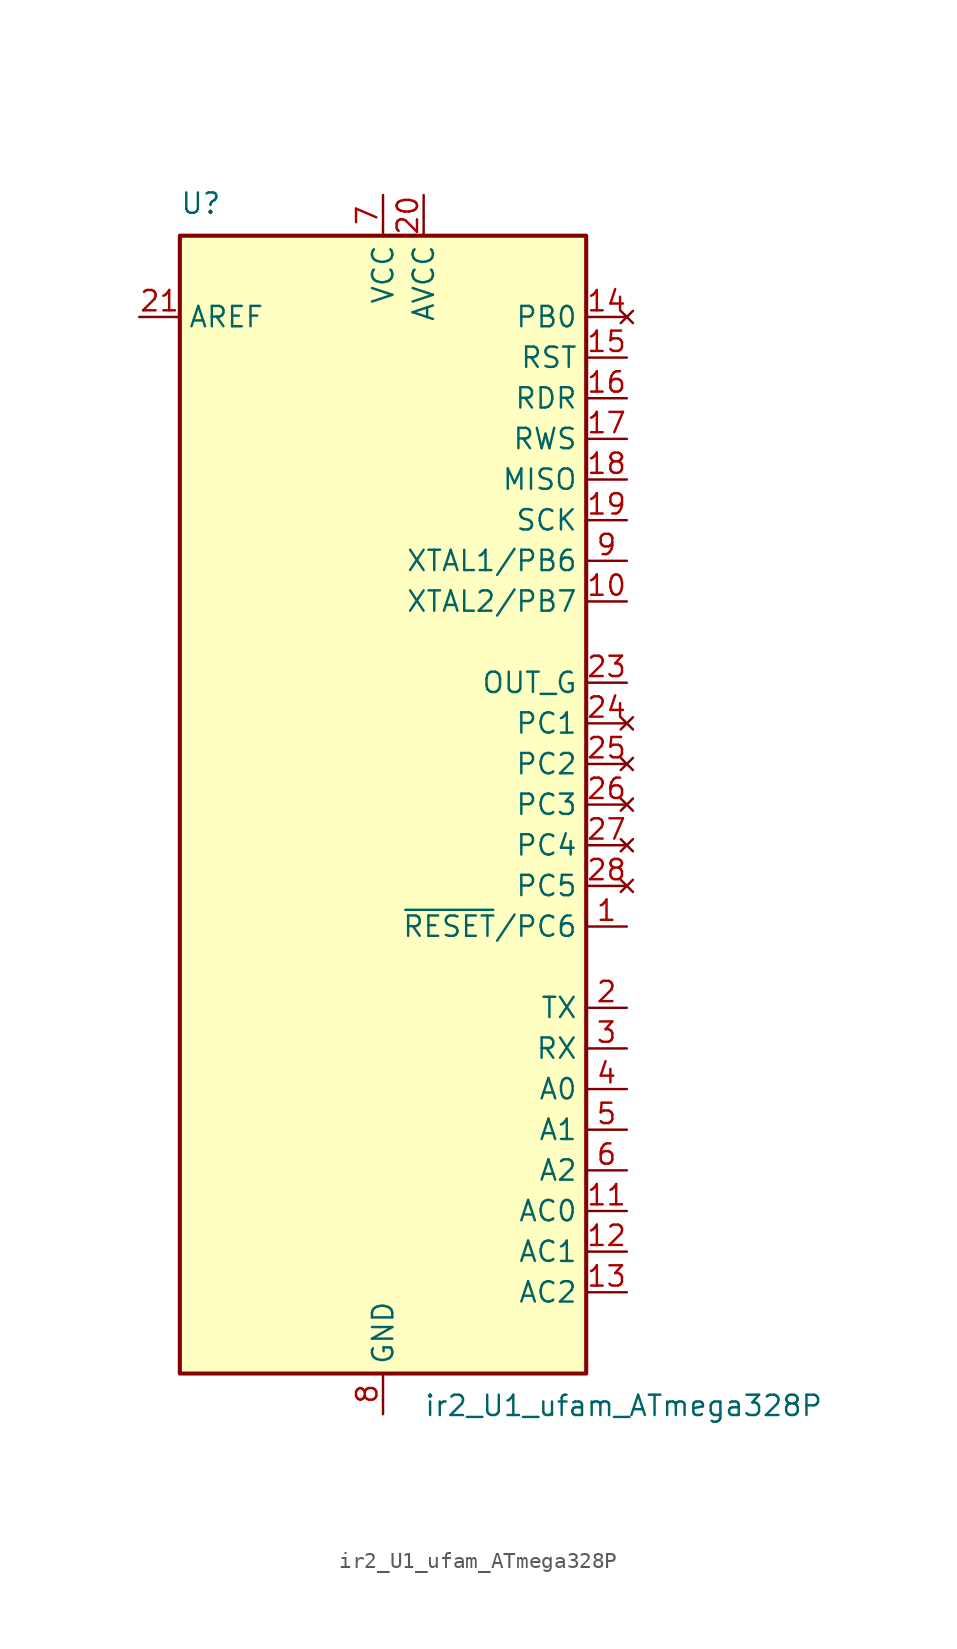
<source format=kicad_sym>
(kicad_symbol_lib
  (version 20241209)
  (generator "kicad_symbol_editor")
  (generator_version "9.0")
  (symbol "ir2_U1_ufam_ATmega328P"
    (property "Reference" "U"
      (at -12.7 36.83 0)
      (effects (font (size 1.27 1.27)) (justify left bottom)))
    (property "Value" "ir2_U1_ufam_ATmega328P"
      (at 2.54 -36.83 0)
      (effects (font (size 1.27 1.27)) (justify left top)))
    (symbol "ir2_U1_ufam_ATmega328P_0_1"
      (rectangle (start -12.7 -35.56) (end 12.7 35.56) (stroke (width 0.254) (type default)) (fill (type background))))
    (symbol "ir2_U1_ufam_ATmega328P_1_1"
      (pin passive line (at -15.24 30.48 0) (length 2.54) (name "AREF" (effects (font (size 1.27 1.27)))) (number "21" (effects (font (size 1.27 1.27)))))
      (pin power_in line (at 0 38.1 270) (length 2.54) (name "VCC" (effects (font (size 1.27 1.27)))) (number "7" (effects (font (size 1.27 1.27)))))
      (pin passive line (at 0 -38.1 90) (length 2.54) (hide yes) (name "GND" (effects (font (size 1.27 1.27)))) (number "22" (effects (font (size 1.27 1.27)))))
      (pin power_in line (at 0 -38.1 90) (length 2.54) (name "GND" (effects (font (size 1.27 1.27)))) (number "8" (effects (font (size 1.27 1.27)))))
      (pin power_in line (at 2.54 38.1 270) (length 2.54) (name "AVCC" (effects (font (size 1.27 1.27)))) (number "20" (effects (font (size 1.27 1.27)))))
      (pin no_connect line (at 15.24 30.48 180) (length 2.54) (name "PB0" (effects (font (size 1.27 1.27)))) (number "14" (effects (font (size 1.27 1.27)))))
      (pin output line (at 15.24 27.94 180) (length 2.54) (name "RST" (effects (font (size 1.27 1.27)))) (number "15" (effects (font (size 1.27 1.27)))))
      (pin output line (at 15.24 25.4 180) (length 2.54) (name "RDR" (effects (font (size 1.27 1.27)))) (number "16" (effects (font (size 1.27 1.27)))))
      (pin output line (at 15.24 22.86 180) (length 2.54) (name "RWS" (effects (font (size 1.27 1.27)))) (number "17" (effects (font (size 1.27 1.27)))))
      (pin input line (at 15.24 20.32 180) (length 2.54) (name "MISO" (effects (font (size 1.27 1.27)))) (number "18" (effects (font (size 1.27 1.27)))))
      (pin bidirectional line (at 15.24 17.78 180) (length 2.54) (name "SCK" (effects (font (size 1.27 1.27)))) (number "19" (effects (font (size 1.27 1.27)))))
      (pin bidirectional line (at 15.24 15.24 180) (length 2.54) (name "XTAL1/PB6" (effects (font (size 1.27 1.27)))) (number "9" (effects (font (size 1.27 1.27)))))
      (pin bidirectional line (at 15.24 12.7 180) (length 2.54) (name "XTAL2/PB7" (effects (font (size 1.27 1.27)))) (number "10" (effects (font (size 1.27 1.27)))))
      (pin input line (at 15.24 7.62 180) (length 2.54) (name "OUT_G" (effects (font (size 1.27 1.27)))) (number "23" (effects (font (size 1.27 1.27)))))
      (pin no_connect line (at 15.24 5.08 180) (length 2.54) (name "PC1" (effects (font (size 1.27 1.27)))) (number "24" (effects (font (size 1.27 1.27)))))
      (pin no_connect line (at 15.24 2.54 180) (length 2.54) (name "PC2" (effects (font (size 1.27 1.27)))) (number "25" (effects (font (size 1.27 1.27)))))
      (pin no_connect line (at 15.24 0 180) (length 2.54) (name "PC3" (effects (font (size 1.27 1.27)))) (number "26" (effects (font (size 1.27 1.27)))))
      (pin no_connect line (at 15.24 -2.54 180) (length 2.54) (name "PC4" (effects (font (size 1.27 1.27)))) (number "27" (effects (font (size 1.27 1.27)))))
      (pin no_connect line (at 15.24 -5.08 180) (length 2.54) (name "PC5" (effects (font (size 1.27 1.27)))) (number "28" (effects (font (size 1.27 1.27)))))
      (pin bidirectional line (at 15.24 -7.62 180) (length 2.54) (name "~{RESET}/PC6" (effects (font (size 1.27 1.27)))) (number "1" (effects (font (size 1.27 1.27)))))
      (pin bidirectional line (at 15.24 -12.7 180) (length 2.54) (name "TX" (effects (font (size 1.27 1.27)))) (number "2" (effects (font (size 1.27 1.27)))))
      (pin bidirectional line (at 15.24 -15.24 180) (length 2.54) (name "RX" (effects (font (size 1.27 1.27)))) (number "3" (effects (font (size 1.27 1.27)))))
      (pin output line (at 15.24 -17.78 180) (length 2.54) (name "A0" (effects (font (size 1.27 1.27)))) (number "4" (effects (font (size 1.27 1.27)))))
      (pin output line (at 15.24 -20.32 180) (length 2.54) (name "A1" (effects (font (size 1.27 1.27)))) (number "5" (effects (font (size 1.27 1.27)))))
      (pin output line (at 15.24 -22.86 180) (length 2.54) (name "A2" (effects (font (size 1.27 1.27)))) (number "6" (effects (font (size 1.27 1.27)))))
      (pin output line (at 15.24 -25.4 180) (length 2.54) (name "AC0" (effects (font (size 1.27 1.27)))) (number "11" (effects (font (size 1.27 1.27)))))
      (pin output line (at 15.24 -27.94 180) (length 2.54) (name "AC1" (effects (font (size 1.27 1.27)))) (number "12" (effects (font (size 1.27 1.27)))))
      (pin output line (at 15.24 -30.48 180) (length 2.54) (name "AC2" (effects (font (size 1.27 1.27)))) (number "13" (effects (font (size 1.27 1.27))))))))
</source>
